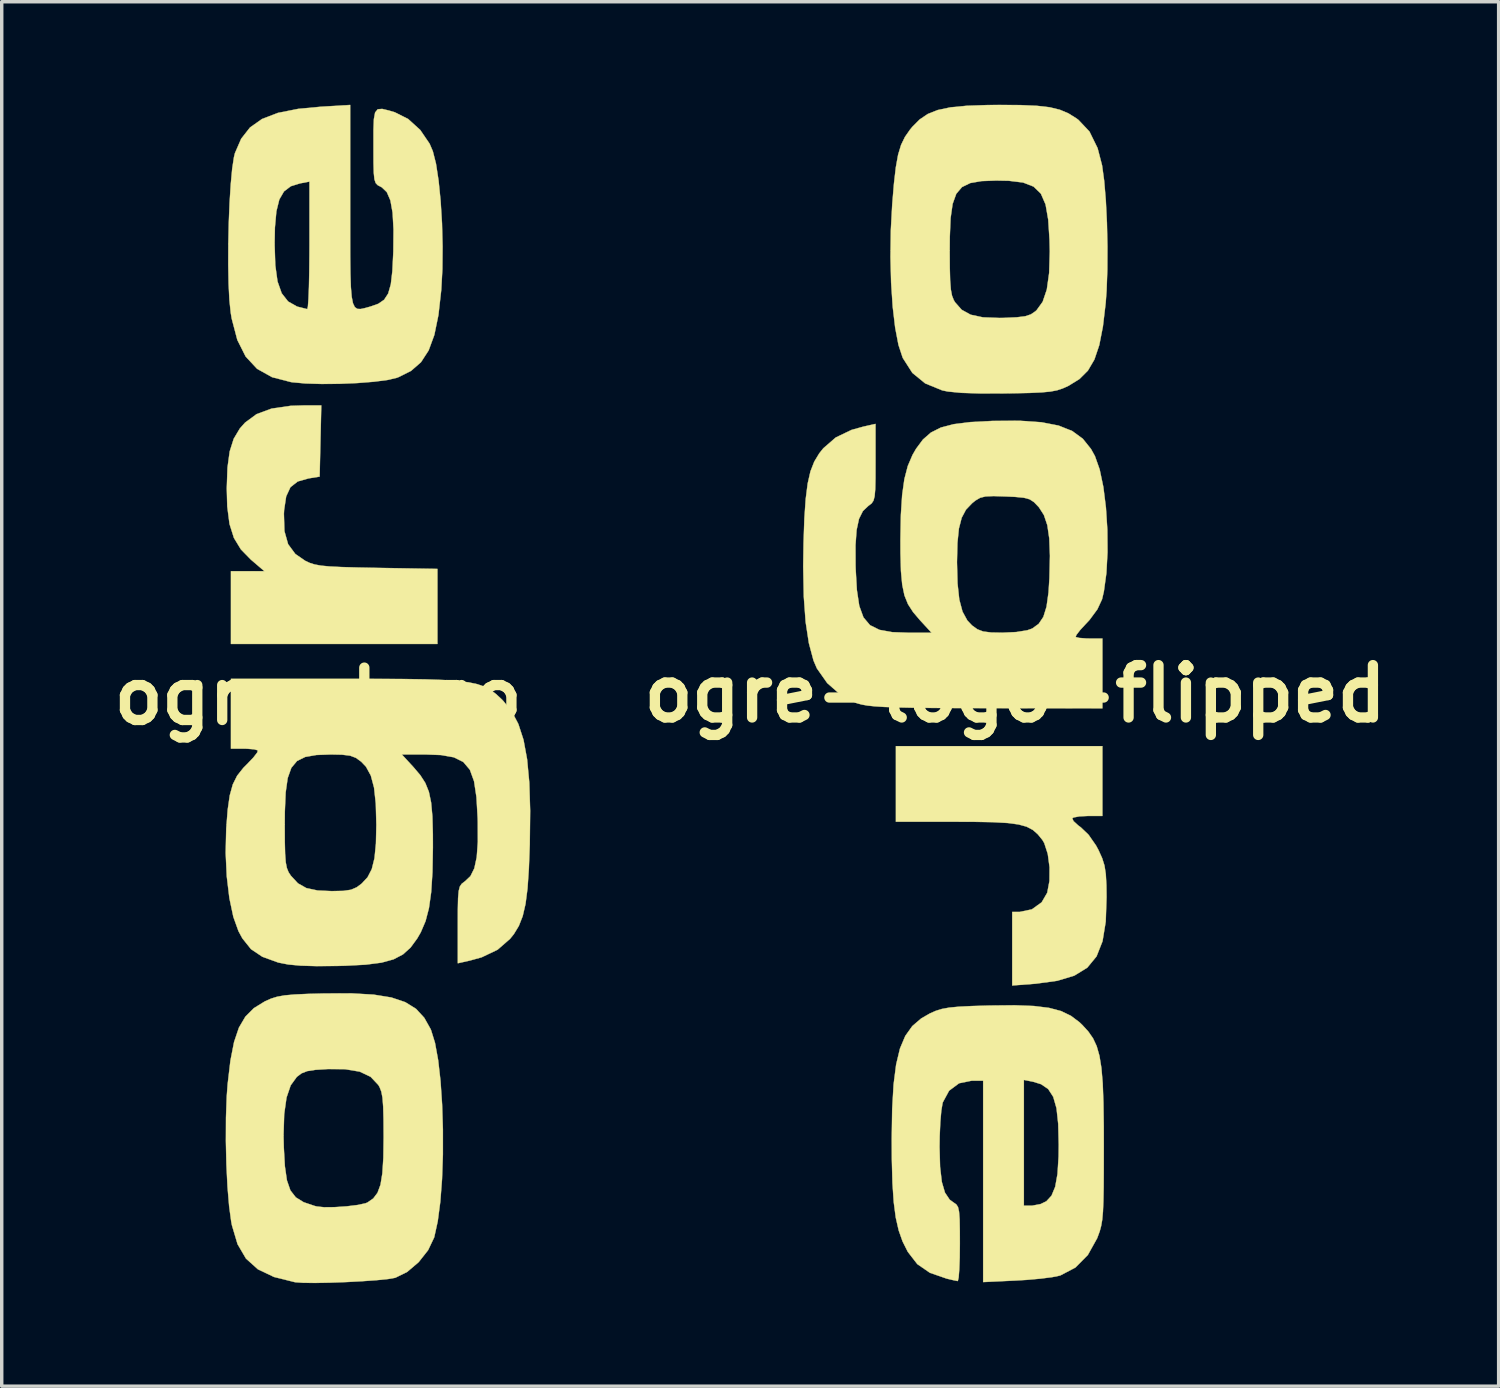
<source format=kicad_pcb>
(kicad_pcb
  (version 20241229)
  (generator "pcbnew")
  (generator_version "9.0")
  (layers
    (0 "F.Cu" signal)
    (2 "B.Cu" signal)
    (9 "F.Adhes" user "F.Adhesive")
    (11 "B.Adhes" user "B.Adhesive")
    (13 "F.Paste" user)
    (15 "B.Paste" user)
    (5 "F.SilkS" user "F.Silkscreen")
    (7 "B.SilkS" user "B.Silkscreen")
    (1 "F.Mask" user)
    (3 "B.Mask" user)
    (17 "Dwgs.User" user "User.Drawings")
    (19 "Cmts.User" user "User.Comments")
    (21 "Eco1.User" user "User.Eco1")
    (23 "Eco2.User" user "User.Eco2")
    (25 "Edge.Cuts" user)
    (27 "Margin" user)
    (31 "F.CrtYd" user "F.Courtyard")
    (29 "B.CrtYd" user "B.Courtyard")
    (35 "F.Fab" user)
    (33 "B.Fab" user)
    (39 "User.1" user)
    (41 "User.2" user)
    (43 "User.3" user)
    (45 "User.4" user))
  (footprint "ogre-logo-flipped"
    (layer "F.Cu")
    (at 26.499 17.145)
    (property "Reference" "ogre-logo-flipped" (at 0 0 0) (layer "F.SilkS") (effects (font (size 1.524 1.524) (thickness 0.3))))
    (attr through_hole)
    (fp_poly (pts (xy 2.54 3.556) (xy 2.122 3.556) (xy 1.872 3.568) (xy 1.702 3.6) (xy 1.662 3.622) (xy 1.699 3.706) (xy 1.841 3.836) (xy 1.91 3.886) (xy 2.136 4.102) (xy 2.354 4.415) (xy 2.427 4.551) (xy 2.533 4.785) (xy 2.601 5.001) (xy 2.639 5.247) (xy 2.657 5.573) (xy 2.661 5.917) (xy 2.637 6.632) (xy 2.544 7.202) (xy 2.37 7.643) (xy 2.1 7.972) (xy 1.723 8.204) (xy 1.225 8.354) (xy 0.592 8.44) (xy 0.536 8.444) (xy -0.085 8.491) (xy -0.085 6.35) (xy 0.131 6.35) (xy 0.487 6.275) (xy 0.772 6.07) (xy 0.934 5.792) (xy 0.999 5.449) (xy 1.002 5.051) (xy 0.95 4.662) (xy 0.848 4.347) (xy 0.793 4.253) (xy 0.659 4.089) (xy 0.514 3.962) (xy 0.335 3.868) (xy 0.098 3.803) (xy -0.22 3.761) (xy -0.643 3.737) (xy -1.194 3.727) (xy -1.714 3.725) (xy -3.471 3.725) (xy -3.471 1.524) (xy 2.54 1.524) (xy 2.54 3.556)) (stroke (width 0.01) (type solid)) (fill yes) (layer "F.SilkS"))
    (fp_poly (pts (xy 0.153 -17.136) (xy 0.634 -17.115) (xy 1.007 -17.072) (xy 1.302 -17) (xy 1.551 -16.895) (xy 1.784 -16.749) (xy 1.842 -16.706) (xy 2.164 -16.365) (xy 2.4 -15.884) (xy 2.531 -15.379) (xy 2.592 -14.931) (xy 2.64 -14.358) (xy 2.672 -13.708) (xy 2.687 -13.023) (xy 2.684 -12.351) (xy 2.662 -11.734) (xy 2.636 -11.379) (xy 2.555 -10.691) (xy 2.449 -10.149) (xy 2.307 -9.729) (xy 2.118 -9.407) (xy 1.872 -9.162) (xy 1.559 -8.968) (xy 1.545 -8.961) (xy 1.383 -8.888) (xy 1.22 -8.834) (xy 1.024 -8.797) (xy 0.766 -8.773) (xy 0.413 -8.757) (xy -0.066 -8.747) (xy -0.296 -8.744) (xy -1.012 -8.742) (xy -1.564 -8.76) (xy -1.956 -8.798) (xy -2.122 -8.832) (xy -2.618 -9.035) (xy -2.991 -9.34) (xy -3.266 -9.769) (xy -3.277 -9.793) (xy -3.396 -10.154) (xy -3.492 -10.656) (xy -3.564 -11.269) (xy -3.61 -11.967) (xy -3.629 -12.721) (xy -3.626 -12.908) (xy -1.905 -12.908) (xy -1.902 -12.4) (xy -1.892 -12.031) (xy -1.872 -11.771) (xy -1.838 -11.591) (xy -1.787 -11.461) (xy -1.75 -11.398) (xy -1.556 -11.178) (xy -1.295 -11.034) (xy -0.939 -10.958) (xy -0.456 -10.94) (xy -0.324 -10.942) (xy 0.046 -10.959) (xy 0.292 -10.989) (xy 0.458 -11.044) (xy 0.588 -11.133) (xy 0.625 -11.166) (xy 0.801 -11.41) (xy 0.922 -11.766) (xy 0.99 -12.249) (xy 1.009 -12.873) (xy 1.001 -13.212) (xy 0.963 -13.801) (xy 0.886 -14.243) (xy 0.75 -14.556) (xy 0.538 -14.763) (xy 0.232 -14.882) (xy -0.186 -14.933) (xy -0.55 -14.94) (xy -0.978 -14.924) (xy -1.306 -14.867) (xy -1.547 -14.75) (xy -1.714 -14.554) (xy -1.82 -14.259) (xy -1.879 -13.845) (xy -1.902 -13.293) (xy -1.905 -12.908) (xy -3.626 -12.908) (xy -3.618 -13.503) (xy -3.578 -14.242) (xy -3.527 -14.856) (xy -3.472 -15.33) (xy -3.406 -15.694) (xy -3.32 -15.977) (xy -3.207 -16.21) (xy -3.06 -16.421) (xy -2.99 -16.506) (xy -2.78 -16.717) (xy -2.543 -16.877) (xy -2.253 -16.992) (xy -1.884 -17.07) (xy -1.41 -17.116) (xy -0.806 -17.137) (xy -0.466 -17.14) (xy 0.153 -17.136)) (stroke (width 0.01) (type solid)) (fill yes) (layer "F.SilkS"))
    (fp_poly (pts (xy 0.546 9.088) (xy 0.988 9.143) (xy 1.339 9.236) (xy 1.626 9.375) (xy 1.875 9.563) (xy 1.957 9.642) (xy 2.129 9.83) (xy 2.267 10.028) (xy 2.374 10.257) (xy 2.454 10.538) (xy 2.511 10.89) (xy 2.549 11.335) (xy 2.57 11.894) (xy 2.58 12.586) (xy 2.581 13.166) (xy 2.58 13.838) (xy 2.577 14.365) (xy 2.569 14.77) (xy 2.556 15.076) (xy 2.535 15.308) (xy 2.504 15.489) (xy 2.463 15.643) (xy 2.408 15.793) (xy 2.387 15.849) (xy 2.117 16.334) (xy 1.754 16.701) (xy 1.319 16.929) (xy 1.293 16.937) (xy 1.077 16.981) (xy 0.741 17.024) (xy 0.338 17.06) (xy 0.021 17.079) (xy -0.931 17.124) (xy -0.931 14.901) (xy 0.254 14.901) (xy 0.489 14.901) (xy 0.739 14.854) (xy 0.909 14.772) (xy 1.059 14.609) (xy 1.166 14.351) (xy 1.233 13.977) (xy 1.265 13.467) (xy 1.269 13.123) (xy 1.254 12.52) (xy 1.204 12.063) (xy 1.109 11.732) (xy 0.963 11.506) (xy 0.755 11.364) (xy 0.524 11.293) (xy 0.254 11.239) (xy 0.254 14.901) (xy -0.931 14.901) (xy -0.931 11.261) (xy -1.259 11.261) (xy -1.632 11.337) (xy -1.922 11.553) (xy -2.105 11.891) (xy -2.113 11.921) (xy -2.149 12.135) (xy -2.178 12.468) (xy -2.196 12.87) (xy -2.201 13.19) (xy -2.185 13.773) (xy -2.134 14.209) (xy -2.043 14.52) (xy -1.906 14.725) (xy -1.785 14.813) (xy -1.713 14.863) (xy -1.663 14.94) (xy -1.633 15.075) (xy -1.616 15.296) (xy -1.61 15.634) (xy -1.609 16.005) (xy -1.613 16.413) (xy -1.626 16.751) (xy -1.644 16.987) (xy -1.668 17.092) (xy -1.672 17.094) (xy -1.793 17.07) (xy -1.99 17.024) (xy -2.481 16.854) (xy -2.848 16.601) (xy -3.125 16.243) (xy -3.13 16.233) (xy -3.277 15.94) (xy -3.39 15.619) (xy -3.475 15.245) (xy -3.534 14.793) (xy -3.571 14.24) (xy -3.589 13.561) (xy -3.592 12.954) (xy -3.579 12.088) (xy -3.538 11.373) (xy -3.464 10.791) (xy -3.352 10.325) (xy -3.197 9.958) (xy -2.993 9.672) (xy -2.734 9.45) (xy -2.482 9.305) (xy -2.31 9.229) (xy -2.133 9.174) (xy -1.92 9.135) (xy -1.637 9.108) (xy -1.251 9.089) (xy -0.729 9.074) (xy -0.711 9.074) (xy -0.011 9.067) (xy 0.546 9.088)) (stroke (width 0.01) (type solid)) (fill yes) (layer "F.SilkS"))
    (fp_poly (pts (xy 0.764 -7.904) (xy 1.265 -7.807) (xy 1.661 -7.649) (xy 1.969 -7.424) (xy 2.209 -7.125) (xy 2.323 -6.919) (xy 2.46 -6.532) (xy 2.568 -6.018) (xy 2.643 -5.418) (xy 2.684 -4.774) (xy 2.689 -4.125) (xy 2.656 -3.513) (xy 2.583 -2.979) (xy 2.53 -2.752) (xy 2.394 -2.459) (xy 2.164 -2.148) (xy 2.077 -2.055) (xy 1.895 -1.859) (xy 1.782 -1.712) (xy 1.762 -1.652) (xy 1.867 -1.626) (xy 2.077 -1.61) (xy 2.173 -1.609) (xy 2.54 -1.609) (xy 2.54 0.423) (xy -0.826 0.418) (xy -1.692 0.416) (xy -2.406 0.412) (xy -2.985 0.406) (xy -3.446 0.396) (xy -3.807 0.383) (xy -4.085 0.365) (xy -4.297 0.343) (xy -4.46 0.314) (xy -4.592 0.279) (xy -4.614 0.272) (xy -5.069 0.041) (xy -5.47 -0.312) (xy -5.771 -0.74) (xy -5.869 -0.968) (xy -6.004 -1.474) (xy -6.098 -2.089) (xy -6.152 -2.83) (xy -6.169 -3.712) (xy -6.159 -4.389) (xy -6.135 -5.102) (xy -6.096 -5.67) (xy -6.039 -6.119) (xy -5.958 -6.474) (xy -5.847 -6.758) (xy -5.702 -6.998) (xy -5.584 -7.146) (xy -5.221 -7.461) (xy -4.759 -7.682) (xy -4.42 -7.776) (xy -4.064 -7.856) (xy -4.064 -6.732) (xy -4.065 -6.276) (xy -4.072 -5.96) (xy -4.09 -5.752) (xy -4.123 -5.624) (xy -4.176 -5.544) (xy -4.256 -5.482) (xy -4.272 -5.471) (xy -4.432 -5.319) (xy -4.545 -5.092) (xy -4.615 -4.767) (xy -4.647 -4.322) (xy -4.645 -3.736) (xy -4.642 -3.634) (xy -4.607 -3.022) (xy -4.537 -2.558) (xy -4.415 -2.223) (xy -4.224 -1.997) (xy -3.95 -1.861) (xy -3.576 -1.794) (xy -3.126 -1.778) (xy -2.434 -1.778) (xy -2.772 -2.145) (xy -2.971 -2.379) (xy -3.119 -2.609) (xy -3.222 -2.864) (xy -3.287 -3.177) (xy -3.324 -3.577) (xy -3.33 -3.826) (xy -1.693 -3.826) (xy -1.677 -3.214) (xy -1.626 -2.744) (xy -1.532 -2.392) (xy -1.391 -2.133) (xy -1.253 -1.988) (xy -1.098 -1.877) (xy -0.93 -1.813) (xy -0.696 -1.784) (xy -0.37 -1.778) (xy 0.032 -1.797) (xy 0.351 -1.848) (xy 0.496 -1.899) (xy 0.686 -2.036) (xy 0.822 -2.239) (xy 0.914 -2.535) (xy 0.972 -2.951) (xy 0.998 -3.366) (xy 1.013 -4.015) (xy 0.994 -4.52) (xy 0.937 -4.908) (xy 0.838 -5.202) (xy 0.694 -5.427) (xy 0.677 -5.446) (xy 0.549 -5.579) (xy 0.423 -5.661) (xy 0.253 -5.707) (xy -0.006 -5.732) (xy -0.273 -5.744) (xy -0.628 -5.755) (xy -0.861 -5.745) (xy -1.022 -5.705) (xy -1.156 -5.625) (xy -1.251 -5.548) (xy -1.431 -5.36) (xy -1.556 -5.124) (xy -1.637 -4.811) (xy -1.68 -4.391) (xy -1.693 -3.833) (xy -1.693 -3.826) (xy -3.33 -3.826) (xy -3.338 -4.097) (xy -3.339 -4.487) (xy -3.326 -5.206) (xy -3.289 -5.784) (xy -3.224 -6.249) (xy -3.125 -6.63) (xy -2.987 -6.953) (xy -2.884 -7.132) (xy -2.684 -7.401) (xy -2.452 -7.604) (xy -2.162 -7.75) (xy -1.787 -7.848) (xy -1.3 -7.909) (xy -0.672 -7.942) (xy -0.636 -7.943) (xy 0.136 -7.947) (xy 0.764 -7.904)) (stroke (width 0.01) (type solid)) (fill yes) (layer "F.SilkS")))
  (footprint "ogre-logo"
    (layer "F.Cu")
    (at 6.212 17.218)
    (property "Reference" "ogre-logo" (at 0 0 0) (layer "F.SilkS") (effects (font (size 1.524 1.524) (thickness 0.3))))
    (attr through_hole)
    (fp_poly (pts (xy 0.066 -7.431) (xy 0.042 -6.395) (xy -0.282 -6.342) (xy -0.596 -6.253) (xy -0.807 -6.088) (xy -0.932 -5.82) (xy -0.992 -5.422) (xy -0.998 -5.312) (xy -0.983 -4.809) (xy -0.876 -4.428) (xy -0.665 -4.142) (xy -0.373 -3.941) (xy -0.245 -3.882) (xy -0.102 -3.837) (xy 0.084 -3.803) (xy 0.338 -3.779) (xy 0.686 -3.762) (xy 1.153 -3.749) (xy 1.714 -3.738) (xy 3.471 -3.708) (xy 3.471 -1.524) (xy -2.54 -1.524) (xy -2.54 -3.641) (xy -2.053 -3.641) (xy -1.566 -3.642) (xy -1.962 -3.981) (xy -2.25 -4.276) (xy -2.453 -4.61) (xy -2.581 -5.015) (xy -2.647 -5.525) (xy -2.661 -6.054) (xy -2.64 -6.657) (xy -2.576 -7.127) (xy -2.459 -7.496) (xy -2.28 -7.796) (xy -2.13 -7.965) (xy -1.794 -8.213) (xy -1.358 -8.374) (xy -0.803 -8.455) (xy -0.417 -8.467) (xy 0.09 -8.467) (xy 0.066 -7.431)) (stroke (width 0.01) (type solid)) (fill yes) (layer "F.SilkS"))
    (fp_poly (pts (xy 1.614 8.684) (xy 2.129 8.767) (xy 2.534 8.903) (xy 2.847 9.097) (xy 3.087 9.357) (xy 3.273 9.688) (xy 3.286 9.719) (xy 3.4 10.087) (xy 3.492 10.591) (xy 3.561 11.2) (xy 3.607 11.882) (xy 3.63 12.606) (xy 3.63 13.339) (xy 3.605 14.05) (xy 3.555 14.708) (xy 3.48 15.281) (xy 3.38 15.737) (xy 3.376 15.751) (xy 3.2 16.121) (xy 2.922 16.473) (xy 2.588 16.757) (xy 2.246 16.925) (xy 2.244 16.926) (xy 2.036 16.962) (xy 1.7 16.996) (xy 1.278 17.026) (xy 0.812 17.051) (xy 0.343 17.068) (xy -0.088 17.076) (xy -0.437 17.072) (xy -0.664 17.056) (xy -0.677 17.054) (xy -1.287 16.902) (xy -1.755 16.679) (xy -2.102 16.367) (xy -2.347 15.948) (xy -2.51 15.401) (xy -2.531 15.294) (xy -2.592 14.846) (xy -2.64 14.274) (xy -2.672 13.623) (xy -2.687 12.939) (xy -2.686 12.787) (xy -1.009 12.787) (xy -1.001 13.128) (xy -0.97 13.679) (xy -0.911 14.088) (xy -0.81 14.381) (xy -0.652 14.585) (xy -0.422 14.727) (xy -0.105 14.834) (xy -0.042 14.85) (xy 0.172 14.873) (xy 0.481 14.87) (xy 0.824 14.847) (xy 1.142 14.808) (xy 1.376 14.758) (xy 1.434 14.735) (xy 1.603 14.617) (xy 1.727 14.452) (xy 1.814 14.216) (xy 1.868 13.885) (xy 1.897 13.435) (xy 1.905 12.84) (xy 1.905 12.823) (xy 1.902 12.315) (xy 1.892 11.946) (xy 1.872 11.687) (xy 1.838 11.507) (xy 1.787 11.377) (xy 1.75 11.313) (xy 1.526 11.076) (xy 1.21 10.926) (xy 0.779 10.854) (xy 0.287 10.85) (xy -0.078 10.873) (xy -0.319 10.91) (xy -0.484 10.974) (xy -0.619 11.076) (xy -0.625 11.082) (xy -0.801 11.325) (xy -0.922 11.681) (xy -0.99 12.163) (xy -1.009 12.787) (xy -2.686 12.787) (xy -2.684 12.266) (xy -2.662 11.65) (xy -2.636 11.294) (xy -2.555 10.606) (xy -2.449 10.064) (xy -2.307 9.644) (xy -2.118 9.323) (xy -1.872 9.077) (xy -1.558 8.884) (xy -1.545 8.877) (xy -1.372 8.8) (xy -1.194 8.745) (xy -0.978 8.706) (xy -0.689 8.68) (xy -0.295 8.662) (xy 0.178 8.65) (xy 0.97 8.647) (xy 1.614 8.684)) (stroke (width 0.01) (type solid)) (fill yes) (layer "F.SilkS"))
    (fp_poly (pts (xy 0.931 -14.277) (xy 0.931 -13.47) (xy 0.932 -12.818) (xy 0.938 -12.304) (xy 0.951 -11.914) (xy 0.975 -11.631) (xy 1.012 -11.441) (xy 1.066 -11.328) (xy 1.14 -11.277) (xy 1.237 -11.273) (xy 1.36 -11.3) (xy 1.511 -11.342) (xy 1.515 -11.343) (xy 1.749 -11.425) (xy 1.92 -11.543) (xy 2.037 -11.723) (xy 2.114 -11.992) (xy 2.159 -12.375) (xy 2.185 -12.9) (xy 2.187 -12.946) (xy 2.193 -13.586) (xy 2.166 -14.076) (xy 2.102 -14.434) (xy 1.998 -14.675) (xy 1.85 -14.817) (xy 1.816 -14.834) (xy 1.731 -14.879) (xy 1.673 -14.941) (xy 1.637 -15.05) (xy 1.618 -15.236) (xy 1.61 -15.529) (xy 1.609 -15.958) (xy 1.609 -16.016) (xy 1.609 -16.482) (xy 1.621 -16.801) (xy 1.657 -16.995) (xy 1.733 -17.087) (xy 1.862 -17.098) (xy 2.058 -17.051) (xy 2.232 -16.999) (xy 2.619 -16.804) (xy 2.971 -16.484) (xy 3.244 -16.083) (xy 3.337 -15.866) (xy 3.429 -15.503) (xy 3.505 -15.007) (xy 3.564 -14.416) (xy 3.604 -13.766) (xy 3.621 -13.093) (xy 3.615 -12.434) (xy 3.582 -11.827) (xy 3.5 -11.099) (xy 3.381 -10.519) (xy 3.215 -10.068) (xy 2.992 -9.725) (xy 2.702 -9.472) (xy 2.335 -9.289) (xy 2.285 -9.27) (xy 2.014 -9.207) (xy 1.617 -9.156) (xy 1.137 -9.118) (xy 0.616 -9.096) (xy 0.099 -9.092) (xy -0.372 -9.106) (xy -0.754 -9.141) (xy -0.794 -9.147) (xy -1.343 -9.289) (xy -1.778 -9.532) (xy -2.111 -9.889) (xy -2.354 -10.373) (xy -2.518 -10.997) (xy -2.546 -11.166) (xy -2.584 -11.53) (xy -2.608 -12.005) (xy -2.618 -12.559) (xy -2.616 -13.159) (xy -2.616 -13.166) (xy -1.269 -13.166) (xy -1.249 -12.548) (xy -1.184 -12.076) (xy -1.062 -11.73) (xy -0.876 -11.493) (xy -0.614 -11.344) (xy -0.318 -11.27) (xy -0.299 -11.348) (xy -0.283 -11.571) (xy -0.269 -11.916) (xy -0.26 -12.357) (xy -0.255 -12.872) (xy -0.254 -13.121) (xy -0.254 -14.982) (xy -0.529 -14.93) (xy -0.797 -14.847) (xy -0.995 -14.697) (xy -1.132 -14.461) (xy -1.217 -14.117) (xy -1.26 -13.644) (xy -1.269 -13.166) (xy -2.616 -13.166) (xy -2.603 -13.772) (xy -2.579 -14.365) (xy -2.545 -14.905) (xy -2.503 -15.359) (xy -2.452 -15.694) (xy -2.423 -15.812) (xy -2.241 -16.23) (xy -1.984 -16.558) (xy -1.634 -16.805) (xy -1.172 -16.982) (xy -0.581 -17.099) (xy 0.064 -17.16) (xy 0.931 -17.213) (xy 0.931 -14.277)) (stroke (width 0.01) (type solid)) (fill yes) (layer "F.SilkS"))
    (fp_poly (pts (xy 1.718 -0.507) (xy 2.489 -0.503) (xy 3.123 -0.493) (xy 3.639 -0.475) (xy 4.053 -0.447) (xy 4.38 -0.406) (xy 4.639 -0.351) (xy 4.846 -0.277) (xy 5.018 -0.185) (xy 5.171 -0.07) (xy 5.322 0.069) (xy 5.384 0.131) (xy 5.631 0.434) (xy 5.827 0.808) (xy 5.977 1.269) (xy 6.081 1.833) (xy 6.145 2.515) (xy 6.17 3.332) (xy 6.159 4.299) (xy 6.159 4.311) (xy 6.132 5.025) (xy 6.093 5.594) (xy 6.035 6.044) (xy 5.953 6.398) (xy 5.841 6.683) (xy 5.696 6.922) (xy 5.584 7.061) (xy 5.221 7.377) (xy 4.759 7.597) (xy 4.42 7.691) (xy 4.064 7.771) (xy 4.064 6.647) (xy 4.065 6.191) (xy 4.072 5.875) (xy 4.09 5.668) (xy 4.123 5.539) (xy 4.176 5.459) (xy 4.256 5.397) (xy 4.272 5.386) (xy 4.432 5.235) (xy 4.545 5.007) (xy 4.615 4.682) (xy 4.647 4.238) (xy 4.645 3.651) (xy 4.642 3.549) (xy 4.607 2.937) (xy 4.537 2.473) (xy 4.415 2.138) (xy 4.224 1.912) (xy 3.95 1.776) (xy 3.576 1.71) (xy 3.126 1.693) (xy 2.434 1.693) (xy 2.772 2.06) (xy 2.971 2.295) (xy 3.119 2.524) (xy 3.222 2.78) (xy 3.287 3.092) (xy 3.324 3.493) (xy 3.338 4.012) (xy 3.339 4.403) (xy 3.326 5.121) (xy 3.289 5.699) (xy 3.224 6.165) (xy 3.125 6.545) (xy 2.987 6.868) (xy 2.884 7.047) (xy 2.69 7.312) (xy 2.469 7.512) (xy 2.195 7.656) (xy 1.842 7.753) (xy 1.382 7.812) (xy 0.791 7.843) (xy 0.55 7.849) (xy -0.051 7.854) (xy -0.514 7.84) (xy -0.869 7.807) (xy -1.146 7.753) (xy -1.173 7.746) (xy -1.626 7.581) (xy -1.956 7.36) (xy -2.207 7.046) (xy -2.321 6.835) (xy -2.47 6.42) (xy -2.585 5.876) (xy -2.661 5.243) (xy -2.693 4.558) (xy -2.677 3.859) (xy -2.677 3.852) (xy -2.668 3.74) (xy -0.974 3.74) (xy -0.972 4.232) (xy -0.963 4.585) (xy -0.945 4.83) (xy -0.912 4.998) (xy -0.862 5.121) (xy -0.796 5.222) (xy -0.59 5.444) (xy -0.344 5.583) (xy -0.015 5.653) (xy 0.396 5.671) (xy 0.733 5.664) (xy 0.956 5.631) (xy 1.122 5.559) (xy 1.261 5.456) (xy 1.437 5.268) (xy 1.56 5.03) (xy 1.639 4.712) (xy 1.681 4.285) (xy 1.693 3.742) (xy 1.677 3.129) (xy 1.626 2.659) (xy 1.532 2.307) (xy 1.391 2.049) (xy 1.253 1.904) (xy 1.098 1.792) (xy 0.93 1.728) (xy 0.696 1.7) (xy 0.37 1.693) (xy -0.052 1.708) (xy -0.377 1.765) (xy -0.616 1.883) (xy -0.782 2.082) (xy -0.888 2.381) (xy -0.947 2.799) (xy -0.971 3.356) (xy -0.974 3.74) (xy -2.668 3.74) (xy -2.634 3.301) (xy -2.574 2.884) (xy -2.486 2.566) (xy -2.359 2.311) (xy -2.18 2.085) (xy -2.072 1.976) (xy -1.887 1.783) (xy -1.774 1.636) (xy -1.756 1.574) (xy -1.865 1.543) (xy -2.078 1.526) (xy -2.173 1.524) (xy -2.54 1.524) (xy -2.54 -0.508) (xy 0.795 -0.508) (xy 1.718 -0.507)) (stroke (width 0.01) (type solid)) (fill yes) (layer "F.SilkS")))
  (gr_rect
    (start -3 -3)
    (end 40.573 37.299)
    (stroke (width 0.1) (type default))
    (fill no)
    (layer "Edge.Cuts")))
</source>
